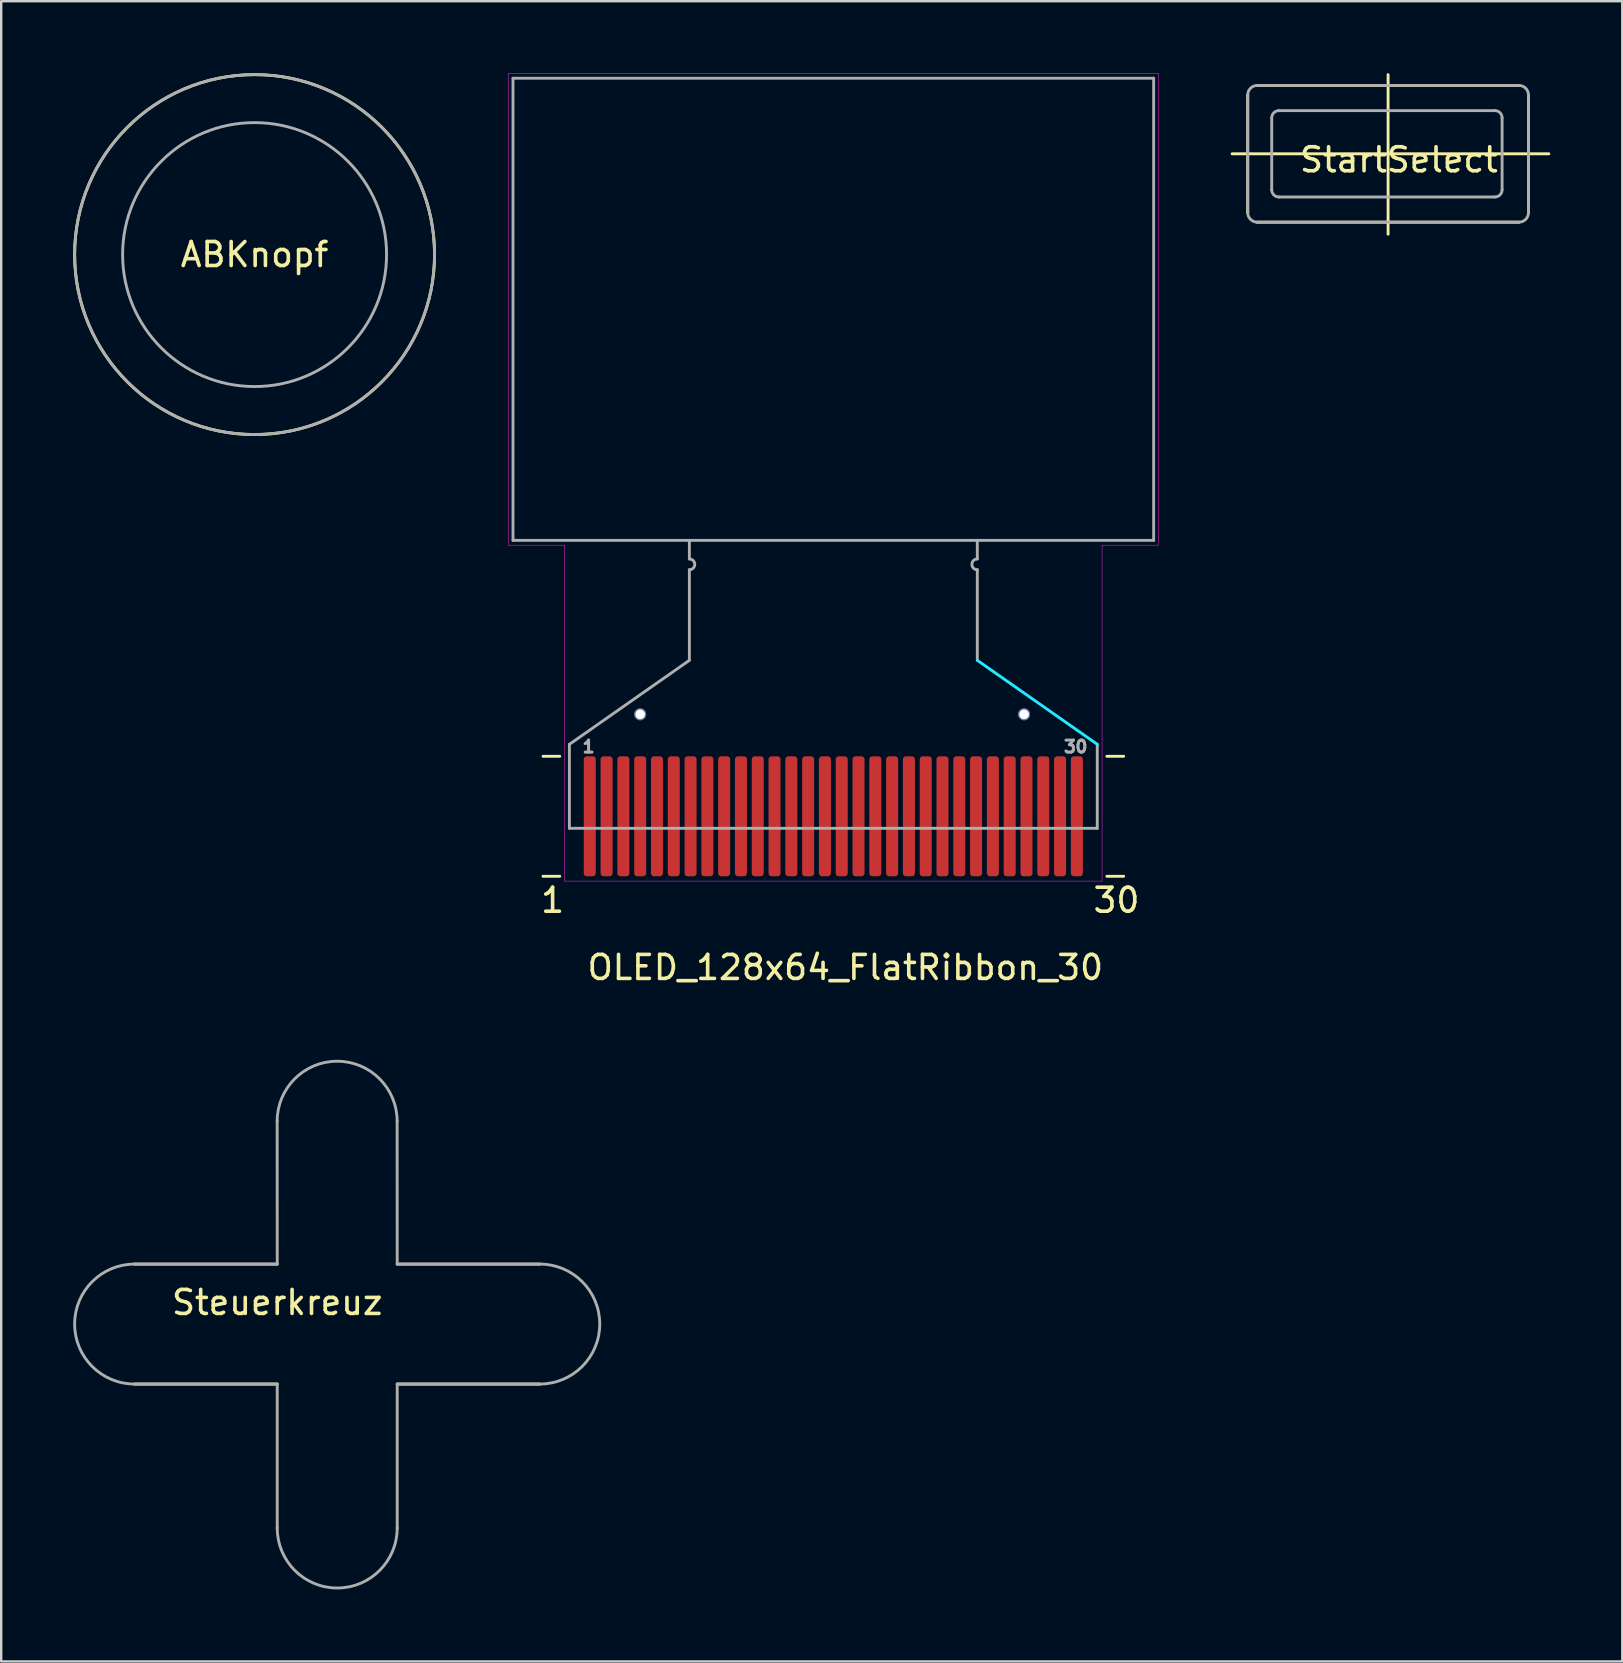
<source format=kicad_pcb>
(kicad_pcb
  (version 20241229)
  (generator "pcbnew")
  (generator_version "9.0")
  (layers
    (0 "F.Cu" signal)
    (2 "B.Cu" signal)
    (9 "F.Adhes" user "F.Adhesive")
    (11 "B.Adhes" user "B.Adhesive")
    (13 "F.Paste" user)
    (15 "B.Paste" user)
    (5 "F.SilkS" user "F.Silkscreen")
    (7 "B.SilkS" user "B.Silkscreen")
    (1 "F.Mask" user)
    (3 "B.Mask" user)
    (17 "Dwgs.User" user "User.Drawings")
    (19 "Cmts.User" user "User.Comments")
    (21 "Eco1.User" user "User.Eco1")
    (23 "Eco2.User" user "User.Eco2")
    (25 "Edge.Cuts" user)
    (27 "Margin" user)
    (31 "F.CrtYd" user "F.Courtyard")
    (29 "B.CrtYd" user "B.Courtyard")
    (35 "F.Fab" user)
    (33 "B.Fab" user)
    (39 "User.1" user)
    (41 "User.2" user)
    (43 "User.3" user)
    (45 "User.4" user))
  (footprint "OLED_128x64_FlatRibbon_30"
    (layer "F.Cu")
    (at 31.68 31.47)
    (property "Reference" "OLED_128x64_FlatRibbon_30" (at 0.5 5.8 0) (layer "F.SilkS") (effects (font (size 1 1) (thickness 0.15))))
    (attr through_hole)
    (fp_line (start -12.1 -3) (end -11.4 -3) (stroke (width 0.12) (type solid)) (layer "F.SilkS"))
    (fp_line (start -12.1 2) (end -11.4 2) (stroke (width 0.12) (type solid)) (layer "F.SilkS"))
    (fp_line (start 11.4 -3) (end 12.1 -3) (stroke (width 0.12) (type solid)) (layer "F.SilkS"))
    (fp_line (start 11.4 2) (end 12.1 2) (stroke (width 0.12) (type solid)) (layer "F.SilkS"))
    (fp_line (start 11 -3.5) (end 6 -7) (stroke (width 0.12) (type solid)) (layer "B.CrtYd"))
    (fp_line (start -13.55 -31.46) (end 13.55 -31.46) (stroke (width 0.02) (type solid)) (layer "F.CrtYd"))
    (fp_line (start -13.55 -11.8) (end -13.55 -31.46) (stroke (width 0.02) (type solid)) (layer "F.CrtYd"))
    (fp_line (start -11.2 -11.8) (end -13.55 -11.8) (stroke (width 0.02) (type solid)) (layer "F.CrtYd"))
    (fp_line (start -11.2 2.2) (end -11.2 -11.8) (stroke (width 0.02) (type solid)) (layer "F.CrtYd"))
    (fp_line (start 11.2 -11.8) (end 11.2 2.2) (stroke (width 0.02) (type solid)) (layer "F.CrtYd"))
    (fp_line (start 11.2 2.2) (end -11.2 2.2) (stroke (width 0.02) (type solid)) (layer "F.CrtYd"))
    (fp_line (start 13.55 -11.8) (end 11.2 -11.8) (stroke (width 0.02) (type solid)) (layer "F.CrtYd"))
    (fp_line (start 13.55 -11.8) (end 13.55 -31.46) (stroke (width 0.02) (type solid)) (layer "F.CrtYd"))
    (fp_line (start -13.35 -31.26) (end 13.35 -31.26) (stroke (width 0.12) (type solid)) (layer "F.Fab"))
    (fp_line (start -13.35 -12) (end -13.35 -31.26) (stroke (width 0.12) (type solid)) (layer "F.Fab"))
    (fp_line (start -13.35 -12) (end 13.35 -12) (stroke (width 0.12) (type solid)) (layer "F.Fab"))
    (fp_line (start -11 -3.5) (end -6 -7) (stroke (width 0.12) (type solid)) (layer "F.Fab"))
    (fp_line (start -11 0) (end -11 -3.5) (stroke (width 0.12) (type solid)) (layer "F.Fab"))
    (fp_line (start -6 -11.224) (end -6 -12) (stroke (width 0.12) (type solid)) (layer "F.Fab"))
    (fp_line (start -6 -7) (end -6 -10.776) (stroke (width 0.12) (type solid)) (layer "F.Fab"))
    (fp_line (start 6 -11.224) (end 6 -12) (stroke (width 0.12) (type solid)) (layer "F.Fab"))
    (fp_line (start 6 -7) (end 6 -10.776) (stroke (width 0.12) (type solid)) (layer "F.Fab"))
    (fp_line (start 11 0) (end -11 0) (stroke (width 0.12) (type solid)) (layer "F.Fab"))
    (fp_line (start 11 0) (end 11 -3.5) (stroke (width 0.12) (type solid)) (layer "F.Fab"))
    (fp_line (start 13.35 -12) (end 13.35 -31.26) (stroke (width 0.12) (type solid)) (layer "F.Fab"))
    (fp_arc (start -6 -11.225) (mid -5.775 -11) (end -6 -10.775) (stroke (width 0.12) (type solid)) (layer "F.Fab"))
    (fp_arc (start 6 -10.775) (mid 5.775 -11) (end 6 -11.225) (stroke (width 0.12) (type solid)) (layer "F.Fab"))
    (fp_text user "30" (at 11.8 3 0) (layer "F.SilkS") (effects (font (size 1 1) (thickness 0.15))))
    (fp_text user "1" (at -11.7 3 0) (layer "F.SilkS") (effects (font (size 1 1) (thickness 0.15))))
    (fp_text user "1" (at -10.2 -3.4 0) (layer "F.Fab") (effects (font (size 0.5 0.5) (thickness 0.125))))
    (fp_text user "30" (at 10.1 -3.4 0) (layer "F.Fab") (effects (font (size 0.5 0.5) (thickness 0.125))))
    (pad "" np_thru_hole circle (at -8.05 -4.75) (size 0.5 0.5) (drill 0.4) (layers "*.Cu" "*.Mask"))
    (pad "" np_thru_hole circle (at 7.95 -4.75) (size 0.5 0.5) (drill 0.4) (layers "*.Cu" "*.Mask"))
    (pad "1" smd roundrect (at -10.15 -0.5) (size 0.5 5) (layers "F.Cu" "F.Mask" "F.Paste") (roundrect_rratio 0.25))
    (pad "2" smd roundrect (at -9.45 -0.5) (size 0.5 5) (layers "F.Cu" "F.Mask" "F.Paste") (roundrect_rratio 0.25))
    (pad "3" smd roundrect (at -8.75 -0.5) (size 0.5 5) (layers "F.Cu" "F.Mask" "F.Paste") (roundrect_rratio 0.25))
    (pad "4" smd roundrect (at -8.05 -0.5) (size 0.5 5) (layers "F.Cu" "F.Mask" "F.Paste") (roundrect_rratio 0.25))
    (pad "5" smd roundrect (at -7.35 -0.5) (size 0.5 5) (layers "F.Cu" "F.Mask" "F.Paste") (roundrect_rratio 0.25))
    (pad "6" smd roundrect (at -6.65 -0.5) (size 0.5 5) (layers "F.Cu" "F.Mask" "F.Paste") (roundrect_rratio 0.25))
    (pad "7" smd roundrect (at -5.95 -0.5) (size 0.5 5) (layers "F.Cu" "F.Mask" "F.Paste") (roundrect_rratio 0.25))
    (pad "8" smd roundrect (at -5.25 -0.5) (size 0.5 5) (layers "F.Cu" "F.Mask" "F.Paste") (roundrect_rratio 0.25))
    (pad "9" smd roundrect (at -4.55 -0.5) (size 0.5 5) (layers "F.Cu" "F.Mask" "F.Paste") (roundrect_rratio 0.25))
    (pad "10" smd roundrect (at -3.85 -0.5) (size 0.5 5) (layers "F.Cu" "F.Mask" "F.Paste") (roundrect_rratio 0.25))
    (pad "11" smd roundrect (at -3.15 -0.5) (size 0.5 5) (layers "F.Cu" "F.Mask" "F.Paste") (roundrect_rratio 0.25))
    (pad "12" smd roundrect (at -2.45 -0.5) (size 0.5 5) (layers "F.Cu" "F.Mask" "F.Paste") (roundrect_rratio 0.25))
    (pad "13" smd roundrect (at -1.75 -0.5) (size 0.5 5) (layers "F.Cu" "F.Mask" "F.Paste") (roundrect_rratio 0.25))
    (pad "14" smd roundrect (at -1.05 -0.5) (size 0.5 5) (layers "F.Cu" "F.Mask" "F.Paste") (roundrect_rratio 0.25))
    (pad "15" smd roundrect (at -0.35 -0.5) (size 0.5 5) (layers "F.Cu" "F.Mask" "F.Paste") (roundrect_rratio 0.25))
    (pad "16" smd roundrect (at 0.35 -0.5) (size 0.5 5) (layers "F.Cu" "F.Mask" "F.Paste") (roundrect_rratio 0.25))
    (pad "17" smd roundrect (at 1.75 -0.5) (size 0.5 5) (layers "F.Cu" "F.Mask" "F.Paste") (roundrect_rratio 0.25))
    (pad "18" smd roundrect (at 1.05 -0.5) (size 0.5 5) (layers "F.Cu" "F.Mask" "F.Paste") (roundrect_rratio 0.25))
    (pad "19" smd roundrect (at 2.45 -0.5) (size 0.5 5) (layers "F.Cu" "F.Mask" "F.Paste") (roundrect_rratio 0.25))
    (pad "20" smd roundrect (at 3.15 -0.5) (size 0.5 5) (layers "F.Cu" "F.Mask" "F.Paste") (roundrect_rratio 0.25))
    (pad "21" smd roundrect (at 3.85 -0.5) (size 0.5 5) (layers "F.Cu" "F.Mask" "F.Paste") (roundrect_rratio 0.25))
    (pad "22" smd roundrect (at 4.55 -0.5) (size 0.5 5) (layers "F.Cu" "F.Mask" "F.Paste") (roundrect_rratio 0.25))
    (pad "23" smd roundrect (at 5.25 -0.5) (size 0.5 5) (layers "F.Cu" "F.Mask" "F.Paste") (roundrect_rratio 0.25))
    (pad "24" smd roundrect (at 5.95 -0.5) (size 0.5 5) (layers "F.Cu" "F.Mask" "F.Paste") (roundrect_rratio 0.25))
    (pad "25" smd roundrect (at 6.65 -0.5) (size 0.5 5) (layers "F.Cu" "F.Mask" "F.Paste") (roundrect_rratio 0.25))
    (pad "26" smd roundrect (at 7.35 -0.5) (size 0.5 5) (layers "F.Cu" "F.Mask" "F.Paste") (roundrect_rratio 0.25))
    (pad "27" smd roundrect (at 8.05 -0.5) (size 0.5 5) (layers "F.Cu" "F.Mask" "F.Paste") (roundrect_rratio 0.25))
    (pad "28" smd roundrect (at 8.75 -0.5) (size 0.5 5) (layers "F.Cu" "F.Mask" "F.Paste") (roundrect_rratio 0.25))
    (pad "29" smd roundrect (at 9.45 -0.5) (size 0.5 5) (layers "F.Cu" "F.Mask" "F.Paste") (roundrect_rratio 0.25))
    (pad "30" smd roundrect (at 10.15 -0.5) (size 0.5 5) (layers "F.Cu" "F.Mask" "F.Paste") (roundrect_rratio 0.25)))
  (footprint "StartSelect"
    (layer "F.Cu")
    (at 54.8 3.36)
    (property "Reference" "StartSelect" (at 0.45 0.25 0) (layer "F.SilkS") (effects (font (size 1 1) (thickness 0.15))))
    (attr through_hole)
    (fp_line (start -6.5 0) (end 6.7 0) (stroke (width 0.12) (type solid)) (layer "F.SilkS"))
    (fp_line (start -5.85 2.45) (end -5.85 -2.45) (stroke (width 0.12) (type solid)) (layer "F.SilkS"))
    (fp_line (start -5.45 -2.85) (end 5.45 -2.85) (stroke (width 0.12) (type solid)) (layer "F.SilkS"))
    (fp_line (start -5.45 2.85) (end 5.45 2.85) (stroke (width 0.12) (type solid)) (layer "F.SilkS"))
    (fp_line (start 0 -3.3) (end 0 3.35) (stroke (width 0.12) (type solid)) (layer "F.SilkS"))
    (fp_line (start 5.85 2.45) (end 5.85 -2.45) (stroke (width 0.12) (type solid)) (layer "F.SilkS"))
    (fp_line (start -5.85 2.45) (end -5.85 -2.45) (stroke (width 0.12) (type solid)) (layer "F.Fab"))
    (fp_line (start -5.45 -2.85) (end 5.45 -2.85) (stroke (width 0.12) (type solid)) (layer "F.Fab"))
    (fp_line (start -5.45 2.85) (end 5.45 2.85) (stroke (width 0.12) (type solid)) (layer "F.Fab"))
    (fp_line (start -4.849 -1.499) (end -4.85 1.5) (stroke (width 0.12) (type solid)) (layer "F.Fab"))
    (fp_line (start -4.55 1.8) (end 4.451 1.8) (stroke (width 0.12) (type solid)) (layer "F.Fab"))
    (fp_line (start -4.549 -1.799) (end 4.451 -1.8) (stroke (width 0.12) (type solid)) (layer "F.Fab"))
    (fp_line (start 4.751 -1.5) (end 4.751 1.5) (stroke (width 0.12) (type solid)) (layer "F.Fab"))
    (fp_line (start 5.85 2.45) (end 5.85 -2.45) (stroke (width 0.12) (type solid)) (layer "F.Fab"))
    (fp_arc (start -5.85 -2.45) (mid -5.732843 -2.732843) (end -5.45 -2.85) (stroke (width 0.12) (type solid)) (layer "F.Fab"))
    (fp_arc (start -5.45 2.85) (mid -5.732843 2.732843) (end -5.85 2.45) (stroke (width 0.12) (type solid)) (layer "F.Fab"))
    (fp_arc (start -4.84906 -1.498758) (mid -4.761192 -1.71089) (end -4.54906 -1.798758) (stroke (width 0.12) (type solid)) (layer "F.Fab"))
    (fp_arc (start -4.549551 1.80006) (mid -4.761683 1.712192) (end -4.849551 1.50006) (stroke (width 0.12) (type solid)) (layer "F.Fab"))
    (fp_arc (start 4.450806 -1.800105) (mid 4.662938 -1.712237) (end 4.750806 -1.500105) (stroke (width 0.12) (type solid)) (layer "F.Fab"))
    (fp_arc (start 4.750525 1.500091) (mid 4.662657 1.712223) (end 4.450525 1.800091) (stroke (width 0.12) (type solid)) (layer "F.Fab"))
    (fp_arc (start 5.45 -2.85) (mid 5.732843 -2.732843) (end 5.85 -2.45) (stroke (width 0.12) (type solid)) (layer "F.Fab"))
    (fp_arc (start 5.85 2.45) (mid 5.732843 2.732843) (end 5.45 2.85) (stroke (width 0.12) (type solid)) (layer "F.Fab")))
  (footprint "Steuerkreuz"
    (layer "F.Cu")
    (at 11.004 52.132)
    (property "Reference" "Steuerkreuz" (at -2.5 -0.9 0) (layer "F.SilkS") (effects (font (size 1 1) (thickness 0.15))))
    (attr through_hole)
    (fp_line (start -2.5 -2.5) (end -8.441 -2.5) (stroke (width 0.12) (type solid)) (layer "F.SilkS"))
    (fp_line (start -2.5 2.5) (end -8.441 2.5) (stroke (width 0.12) (type solid)) (layer "F.SilkS"))
    (fp_line (start 2.5 -2.5) (end 8.441 -2.5) (stroke (width 0.12) (type solid)) (layer "F.SilkS"))
    (fp_line (start 2.5 2.5) (end 8.441 2.5) (stroke (width 0.12) (type solid)) (layer "F.SilkS"))
    (fp_line (start -8.444 -2.5) (end -2.5 -2.5) (stroke (width 0.12) (type solid)) (layer "F.Fab"))
    (fp_line (start -8.444 2.5) (end -2.5 2.5) (stroke (width 0.12) (type solid)) (layer "F.Fab"))
    (fp_line (start -2.5 -2.5) (end -2.503 -8.454) (stroke (width 0.12) (type solid)) (layer "F.Fab"))
    (fp_line (start -2.5 8.5) (end -2.5 2.5) (stroke (width 0.12) (type solid)) (layer "F.Fab"))
    (fp_line (start 2.5 -2.5) (end 2.497 -8.454) (stroke (width 0.12) (type solid)) (layer "F.Fab"))
    (fp_line (start 2.5 -2.5) (end 8.441 -2.5) (stroke (width 0.12) (type solid)) (layer "F.Fab"))
    (fp_line (start 2.5 2.5) (end 8.441 2.5) (stroke (width 0.12) (type solid)) (layer "F.Fab"))
    (fp_line (start 2.5 8.5) (end 2.5 2.5) (stroke (width 0.12) (type solid)) (layer "F.Fab"))
    (fp_arc (start -8.443636 2.5) (mid -10.943636 0) (end -8.443636 -2.5) (stroke (width 0.12) (type solid)) (layer "F.Fab"))
    (fp_arc (start -2.503056 -8.45417) (mid -0.003056 -10.95417) (end 2.496944 -8.45417) (stroke (width 0.12) (type solid)) (layer "F.Fab"))
    (fp_arc (start 2.5 8.5) (mid 0 11) (end -2.5 8.5) (stroke (width 0.12) (type solid)) (layer "F.Fab"))
    (fp_arc (start 8.441046 -2.500197) (mid 10.941046 -0.000197) (end 8.441046 2.499803) (stroke (width 0.12) (type solid)) (layer "F.Fab")))
  (footprint "ABKnopf"
    (layer "F.Cu")
    (at 7.56 7.56)
    (property "Reference" "ABKnopf" (at 0 0 0) (layer "F.SilkS") (effects (font (size 1 1) (thickness 0.15))))
    (attr through_hole)
    (fp_circle (center 0 0) (end 7.5 0) (stroke (width 0.12) (type solid)) (fill no) (layer "F.SilkS"))
    (fp_circle (center 0 0) (end 5.5 0) (stroke (width 0.12) (type solid)) (fill no) (layer "F.Fab"))
    (fp_circle (center 0 0) (end 7.5 0) (stroke (width 0.12) (type solid)) (fill no) (layer "F.Fab")))
  (gr_rect
    (start -3 -3)
    (end 64.56 66.192)
    (stroke (width 0.1) (type default))
    (fill no)
    (layer "Edge.Cuts")))
</source>
